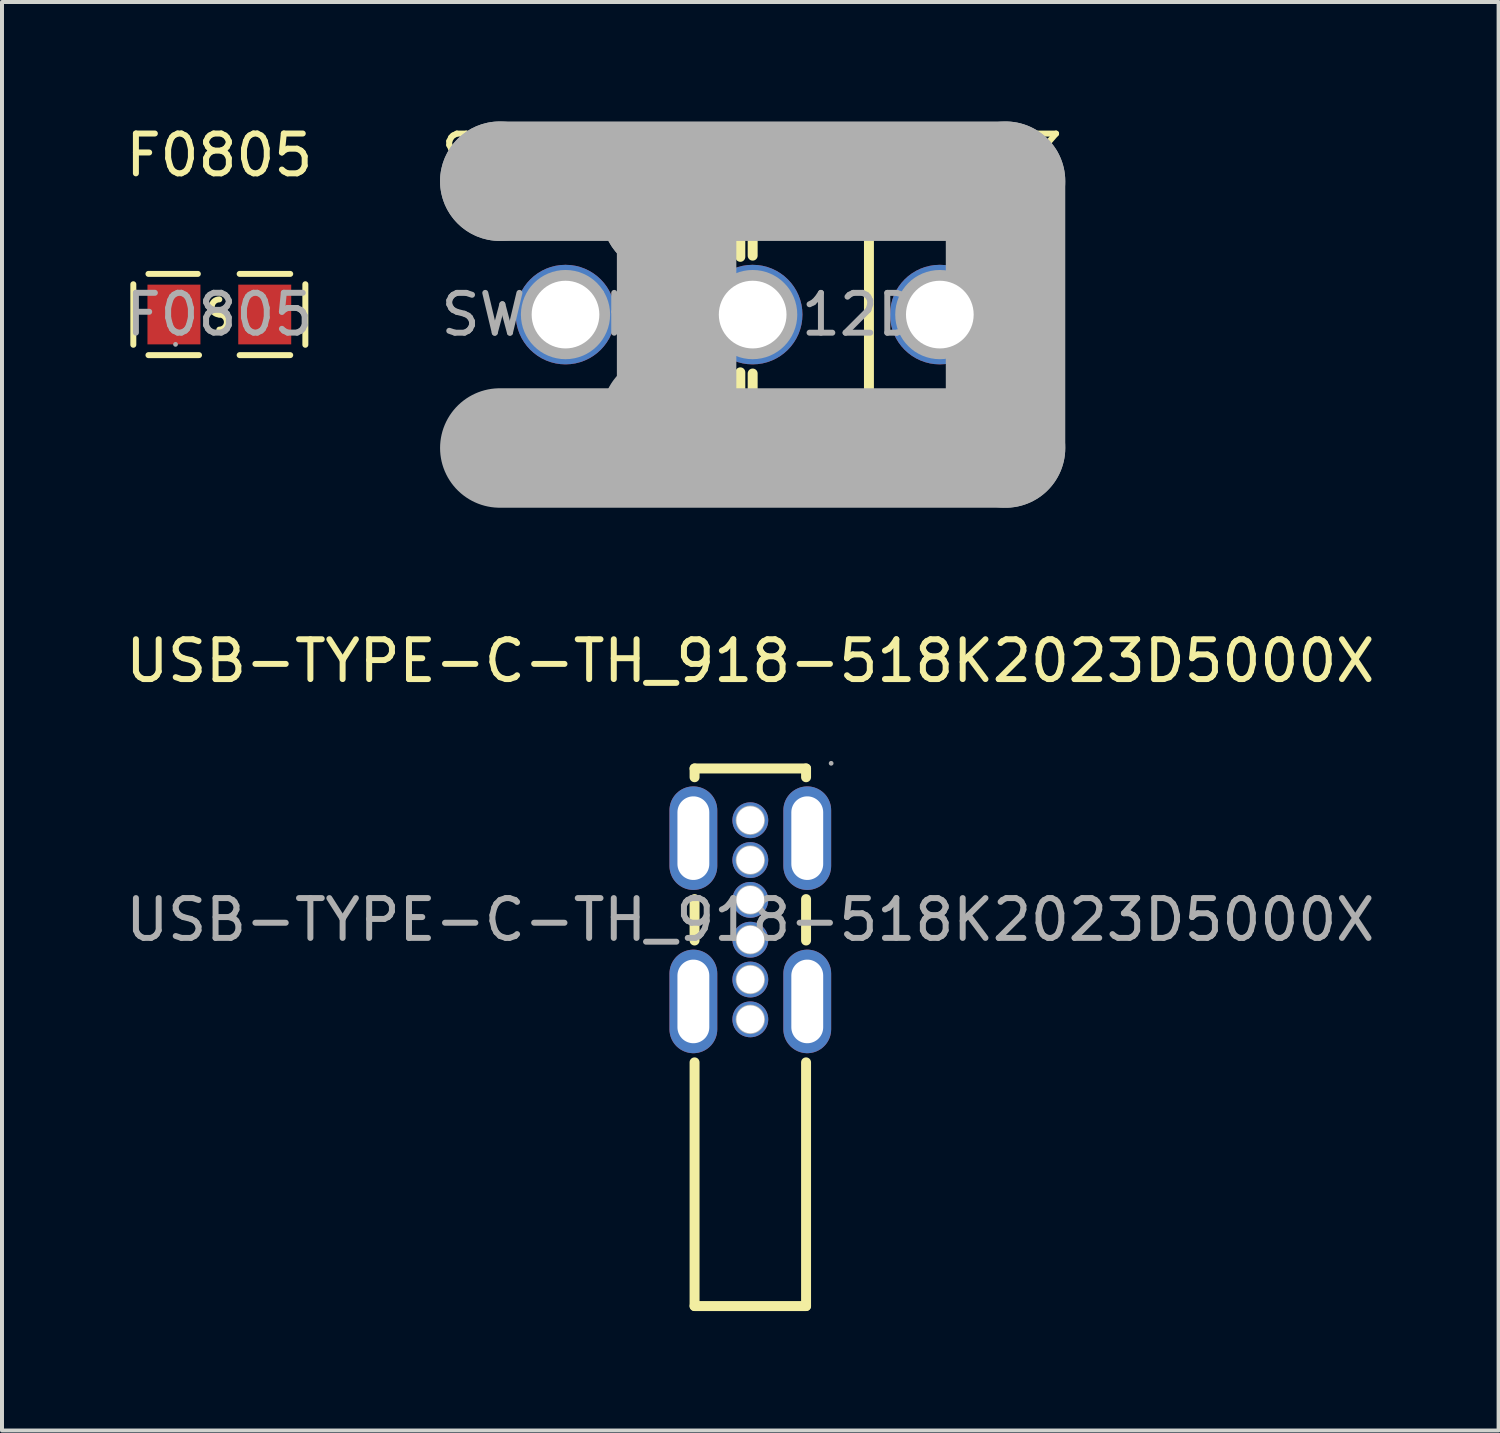
<source format=kicad_pcb>
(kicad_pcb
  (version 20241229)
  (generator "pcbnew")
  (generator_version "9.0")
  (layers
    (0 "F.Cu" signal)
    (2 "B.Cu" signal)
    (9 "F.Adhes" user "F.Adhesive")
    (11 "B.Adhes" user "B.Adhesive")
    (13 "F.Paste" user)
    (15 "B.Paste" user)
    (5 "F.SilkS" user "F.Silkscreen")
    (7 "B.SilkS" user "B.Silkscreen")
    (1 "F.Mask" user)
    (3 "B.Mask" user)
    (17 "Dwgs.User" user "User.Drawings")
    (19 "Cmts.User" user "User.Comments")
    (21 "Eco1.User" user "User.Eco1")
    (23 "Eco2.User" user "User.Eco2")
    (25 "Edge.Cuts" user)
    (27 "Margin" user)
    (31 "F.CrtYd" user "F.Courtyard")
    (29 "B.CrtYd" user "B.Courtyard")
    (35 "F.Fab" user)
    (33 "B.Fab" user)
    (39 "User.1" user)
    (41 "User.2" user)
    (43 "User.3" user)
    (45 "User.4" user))
  (footprint "F0805"
    (layer "F.Cu")
    (at 2.458 4.848)
    (property "Reference" "F0805" (at 0 -4 0) (layer "F.SilkS") (effects (font (size 1 1) (thickness 0.15))))
    (attr smd)
    (fp_line (start -2.16 -0.76) (end -2.16 0.76) (stroke (width 0.15) (type solid)) (layer "F.SilkS"))
    (fp_line (start -1.78 -1.02) (end -0.54 -1.02) (stroke (width 0.15) (type solid)) (layer "F.SilkS"))
    (fp_line (start -0.51 1.02) (end -1.78 1.02) (stroke (width 0.15) (type solid)) (layer "F.SilkS"))
    (fp_line (start 0.51 1.02) (end 1.78 1.02) (stroke (width 0.15) (type solid)) (layer "F.SilkS"))
    (fp_line (start 1.78 -1.02) (end 0.51 -1.02) (stroke (width 0.15) (type solid)) (layer "F.SilkS"))
    (fp_line (start 2.16 -0.76) (end 2.16 0.76) (stroke (width 0.15) (type solid)) (layer "F.SilkS"))
    (fp_arc (start 0 0) (mid -0.19 -0.19) (end 0 -0.38) (stroke (width 0.15) (type solid)) (layer "F.SilkS"))
    (fp_arc (start 0 0) (mid 0.19 0.19) (end 0 0.38) (stroke (width 0.15) (type solid)) (layer "F.SilkS"))
    (fp_circle (center -1.1 0.75) (end -1.07 0.75) (stroke (width 0.06) (type solid)) (fill no) (layer "F.Fab"))
    (fp_text user "${REFERENCE}" (at 0 0 0) (layer "F.Fab") (effects (font (size 1 1) (thickness 0.15))))
    (pad "1" smd rect (at -1.14 0) (size 1.33 1.5) (layers "F.Cu" "F.Mask" "F.Paste"))
    (pad "2" smd rect (at 1.14 0) (size 1.33 1.5) (layers "F.Cu" "F.Mask" "F.Paste")))
  (footprint "USB-TYPE-C-TH_918-518K2023D5000X"
    (layer "F.Cu")
    (at 15.792 20.048)
    (property "Reference" "USB-TYPE-C-TH_918-518K2023D5000X" (at 0 -6.5 0) (layer "F.SilkS") (effects (font (size 1 1) (thickness 0.15))))
    (attr smd)
    (fp_line (start -1.4 -3.8) (end -1.4 -3.58) (stroke (width 0.25) (type solid)) (layer "F.SilkS"))
    (fp_line (start -1.4 -3.8) (end 1.4 -3.8) (stroke (width 0.25) (type solid)) (layer "F.SilkS"))
    (fp_line (start -1.4 -0.52) (end -1.4 0.52) (stroke (width 0.25) (type solid)) (layer "F.SilkS"))
    (fp_line (start -1.4 3.58) (end -1.4 9.7) (stroke (width 0.25) (type solid)) (layer "F.SilkS"))
    (fp_line (start -1.4 9.7) (end 1.4 9.7) (stroke (width 0.25) (type solid)) (layer "F.SilkS"))
    (fp_line (start 1.4 -3.8) (end 1.4 -3.58) (stroke (width 0.25) (type solid)) (layer "F.SilkS"))
    (fp_line (start 1.4 -0.52) (end 1.4 0.52) (stroke (width 0.25) (type solid)) (layer "F.SilkS"))
    (fp_line (start 1.4 3.58) (end 1.4 9.7) (stroke (width 0.25) (type solid)) (layer "F.SilkS"))
    (fp_circle (center 0 -2.5) (end 0.12 -2.5) (stroke (width 0.25) (type solid)) (fill no) (layer "F.Fab"))
    (fp_circle (center 0 -1.5) (end 0.12 -1.5) (stroke (width 0.25) (type solid)) (fill no) (layer "F.Fab"))
    (fp_circle (center 0 -0.5) (end 0.12 -0.5) (stroke (width 0.25) (type solid)) (fill no) (layer "F.Fab"))
    (fp_circle (center 0 0.5) (end 0.12 0.5) (stroke (width 0.25) (type solid)) (fill no) (layer "F.Fab"))
    (fp_circle (center 0 1.5) (end 0.12 1.5) (stroke (width 0.25) (type solid)) (fill no) (layer "F.Fab"))
    (fp_circle (center 0 2.5) (end 0.12 2.5) (stroke (width 0.25) (type solid)) (fill no) (layer "F.Fab"))
    (fp_circle (center 2.03 -3.93) (end 2.06 -3.93) (stroke (width 0.06) (type solid)) (fill no) (layer "F.Fab"))
    (fp_text user "${REFERENCE}" (at 0 0 0) (layer "F.Fab") (effects (font (size 1 1) (thickness 0.15))))
    (pad "7" thru_hole oval (at -1.43 -2.05) (size 1.2 2.6) (drill oval 0.8 2.1) (layers "*.Cu" "*.Paste" "*.Mask"))
    (pad "7" thru_hole oval (at -1.43 2.05) (size 1.2 2.6) (drill oval 0.8 2.1) (layers "*.Cu" "*.Paste" "*.Mask"))
    (pad "7" thru_hole oval (at 1.43 -2.05) (size 1.2 2.6) (drill oval 0.8 2.1) (layers "*.Cu" "*.Paste" "*.Mask"))
    (pad "7" thru_hole oval (at 1.43 2.05) (size 1.2 2.6) (drill oval 0.8 2.1) (layers "*.Cu" "*.Paste" "*.Mask"))
    (pad "A5" thru_hole circle (at 0 0.5) (size 0.9 0.9) (drill 0.7) (layers "*.Cu" "*.Paste" "*.Mask"))
    (pad "A9" thru_hole circle (at 0 -1.5) (size 0.9 0.9) (drill 0.7) (layers "*.Cu" "*.Paste" "*.Mask"))
    (pad "A12" thru_hole circle (at 0 -2.5) (size 0.9 0.9) (drill 0.7) (layers "*.Cu" "*.Paste" "*.Mask"))
    (pad "B5" thru_hole circle (at 0 -0.5) (size 0.9 0.9) (drill 0.7) (layers "*.Cu" "*.Paste" "*.Mask"))
    (pad "B9" thru_hole circle (at 0 1.5) (size 0.9 0.9) (drill 0.7) (layers "*.Cu" "*.Paste" "*.Mask"))
    (pad "B12" thru_hole circle (at 0 2.5) (size 0.9 0.9) (drill 0.7) (layers "*.Cu" "*.Paste" "*.Mask")))
  (footprint "SW-TH_SS-12D10L3"
    (layer "F.Cu")
    (at 15.851 4.85)
    (property "Reference" "SW-TH_SS-12D10L3" (at 0 -4 0) (layer "F.SilkS") (effects (font (size 1 1) (thickness 0.15))))
    (attr through_hole)
    (fp_line (start -2.79 -2.54) (end 2.92 -2.54) (stroke (width 0.25) (type solid)) (layer "F.SilkS"))
    (fp_line (start -2.79 2.54) (end -2.79 -2.54) (stroke (width 0.25) (type solid)) (layer "F.SilkS"))
    (fp_line (start -1.38 -2.54) (end -1.38 -0.54) (stroke (width 0.25) (type solid)) (layer "F.SilkS"))
    (fp_line (start -1.38 0.54) (end -1.38 2.54) (stroke (width 0.25) (type solid)) (layer "F.SilkS"))
    (fp_line (start -0.82 -2.54) (end -0.82 -1.23) (stroke (width 0.25) (type solid)) (layer "F.SilkS"))
    (fp_line (start -0.82 1.23) (end -0.82 2.54) (stroke (width 0.25) (type solid)) (layer "F.SilkS"))
    (fp_line (start -0.31 -2.54) (end -0.31 -1.45) (stroke (width 0.25) (type solid)) (layer "F.SilkS"))
    (fp_line (start -0.31 1.45) (end -0.31 2.54) (stroke (width 0.25) (type solid)) (layer "F.SilkS"))
    (fp_line (start 0 -2.54) (end 0 -1.48) (stroke (width 0.25) (type solid)) (layer "F.SilkS"))
    (fp_line (start 0 1.48) (end 0 2.54) (stroke (width 0.25) (type solid)) (layer "F.SilkS"))
    (fp_line (start 2.92 -2.54) (end 2.92 2.54) (stroke (width 0.25) (type solid)) (layer "F.SilkS"))
    (fp_line (start 2.92 2.54) (end -2.79 2.54) (stroke (width 0.25) (type solid)) (layer "F.SilkS"))
    (fp_line (start -6.35 -3.35) (end -6.35 -3.35) (stroke (width 3) (type solid)) (layer "F.Fab"))
    (fp_line (start -6.35 -3.35) (end 6.35 -3.35) (stroke (width 3) (type solid)) (layer "F.Fab"))
    (fp_line (start -2.29 -2.54) (end -2.29 -2.54) (stroke (width 3) (type solid)) (layer "F.Fab"))
    (fp_line (start -2.29 -2.54) (end -1.91 -2.54) (stroke (width 3) (type solid)) (layer "F.Fab"))
    (fp_line (start -1.91 -2.54) (end -1.91 2.54) (stroke (width 3) (type solid)) (layer "F.Fab"))
    (fp_line (start -1.91 2.54) (end -2.29 2.54) (stroke (width 3) (type solid)) (layer "F.Fab"))
    (fp_line (start 6.35 -3.35) (end 6.35 3.35) (stroke (width 3) (type solid)) (layer "F.Fab"))
    (fp_line (start 6.35 3.35) (end -6.35 3.35) (stroke (width 3) (type solid)) (layer "F.Fab"))
    (fp_circle (center -6.48 3.48) (end -6.45 3.48) (stroke (width 0.06) (type solid)) (fill no) (layer "F.Fab"))
    (fp_circle (center -4.7 0) (end -4.33 0) (stroke (width 0.75) (type solid)) (fill no) (layer "F.Fab"))
    (fp_circle (center 0 0) (end 0.37 0) (stroke (width 0.75) (type solid)) (fill no) (layer "F.Fab"))
    (fp_circle (center 4.7 0) (end 5.07 0) (stroke (width 0.75) (type solid)) (fill no) (layer "F.Fab"))
    (fp_text user "${REFERENCE}" (at 0 0 0) (layer "F.Fab") (effects (font (size 1 1) (thickness 0.15))))
    (pad "1" thru_hole circle (at -4.7 0) (size 2.5 2.5) (drill 1.7) (layers "*.Cu" "*.Paste" "*.Mask"))
    (pad "2" thru_hole circle (at 0 0) (size 2.5 2.5) (drill 1.7) (layers "*.Cu" "*.Paste" "*.Mask"))
    (pad "3" thru_hole circle (at 4.7 0) (size 2.5 2.5) (drill 1.7) (layers "*.Cu" "*.Paste" "*.Mask")))
  (gr_rect
    (start -3 -3)
    (end 34.583 32.873)
    (stroke (width 0.1) (type default))
    (fill no)
    (layer "Edge.Cuts")))
</source>
